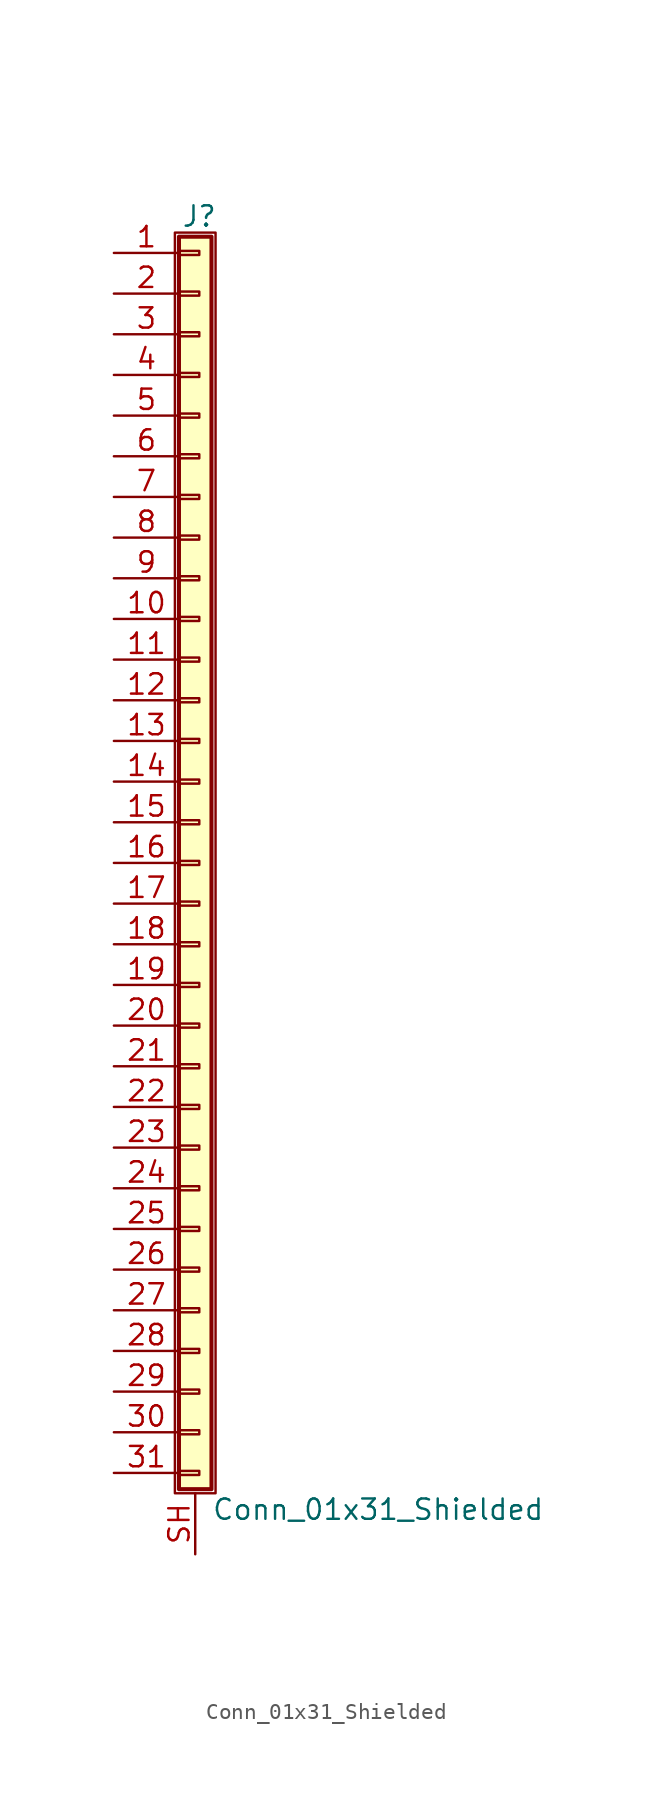
<source format=kicad_sym>
(kicad_symbol_lib
  (version 20201005)
  (generator kicad_symbol_editor)
  (symbol "Connector_Generic_Shielded:Conn_01x31_Shielded"
    (pin_names
      (offset 1.016) hide)
    (property "Reference" "J"
      (at 0.254 40.386 0)
      (effects (font (size 1.27 1.27))))
    (property "Value" "Conn_01x31_Shielded"
      (at 1.016 -40.386 0)
      (effects (font (size 1.27 1.27)) (justify left)))
    (symbol "Conn_01x31_Shielded_1_1"
      (rectangle (start -1.016 -27.813) (end 0.254 -28.067) (stroke (width 0.152)) (fill (type none)))
      (rectangle (start -1.016 -30.353) (end 0.254 -30.607) (stroke (width 0.152)) (fill (type none)))
      (rectangle (start -1.016 -32.893) (end 0.254 -33.147) (stroke (width 0.152)) (fill (type none)))
      (rectangle (start -1.016 -35.433) (end 0.254 -35.687) (stroke (width 0.152)) (fill (type none)))
      (rectangle (start -1.016 -37.973) (end 0.254 -38.227) (stroke (width 0.152)) (fill (type none)))
      (rectangle (start -1.016 -4.953) (end 0.254 -5.207) (stroke (width 0.152)) (fill (type none)))
      (rectangle (start -1.016 -7.493) (end 0.254 -7.747) (stroke (width 0.152)) (fill (type none)))
      (rectangle (start -1.016 -10.033) (end 0.254 -10.287) (stroke (width 0.152)) (fill (type none)))
      (rectangle (start -1.016 -12.573) (end 0.254 -12.827) (stroke (width 0.152)) (fill (type none)))
      (rectangle (start -1.016 -15.113) (end 0.254 -15.367) (stroke (width 0.152)) (fill (type none)))
      (rectangle (start -1.016 -17.653) (end 0.254 -17.907) (stroke (width 0.152)) (fill (type none)))
      (rectangle (start -1.016 -20.193) (end 0.254 -20.447) (stroke (width 0.152)) (fill (type none)))
      (rectangle (start -1.016 -22.733) (end 0.254 -22.987) (stroke (width 0.152)) (fill (type none)))
      (rectangle (start -1.016 -2.413) (end 0.254 -2.667) (stroke (width 0.152)) (fill (type none)))
      (rectangle (start -1.016 -25.273) (end 0.254 -25.527) (stroke (width 0.152)) (fill (type none)))
      (rectangle (start -1.016 25.527) (end 0.254 25.273) (stroke (width 0.152)) (fill (type none)))
      (rectangle (start -1.016 2.667) (end 0.254 2.413) (stroke (width 0.152)) (fill (type none)))
      (rectangle (start -1.016 28.067) (end 0.254 27.813) (stroke (width 0.152)) (fill (type none)))
      (rectangle (start -1.016 30.607) (end 0.254 30.353) (stroke (width 0.152)) (fill (type none)))
      (rectangle (start -1.016 33.147) (end 0.254 32.893) (stroke (width 0.152)) (fill (type none)))
      (rectangle (start -1.016 35.687) (end 0.254 35.433) (stroke (width 0.152)) (fill (type none)))
      (rectangle (start -1.016 38.227) (end 0.254 37.973) (stroke (width 0.152)) (fill (type none)))
      (rectangle (start -1.016 39.116) (end 1.016 -39.116) (stroke (width 0.254)) (fill (type background)))
      (rectangle (start -1.016 5.207) (end 0.254 4.953) (stroke (width 0.152)) (fill (type none)))
      (rectangle (start -1.016 7.747) (end 0.254 7.493) (stroke (width 0.152)) (fill (type none)))
      (rectangle (start -1.016 10.287) (end 0.254 10.033) (stroke (width 0.152)) (fill (type none)))
      (rectangle (start -1.016 0.127) (end 0.254 -0.127) (stroke (width 0.152)) (fill (type none)))
      (rectangle (start -1.016 12.827) (end 0.254 12.573) (stroke (width 0.152)) (fill (type none)))
      (rectangle (start -1.016 15.367) (end 0.254 15.113) (stroke (width 0.152)) (fill (type none)))
      (rectangle (start -1.016 17.907) (end 0.254 17.653) (stroke (width 0.152)) (fill (type none)))
      (rectangle (start -1.016 20.447) (end 0.254 20.193) (stroke (width 0.152)) (fill (type none)))
      (rectangle (start -1.016 22.987) (end 0.254 22.733) (stroke (width 0.152)) (fill (type none)))
      (rectangle (start -1.27 39.37) (end 1.27 -39.37) (stroke (width 0.152)) (fill (type none)))
      (pin passive line (at -5.08 38.1 0) (length 4.064) (name "Pin_1" (effects (font (size 1.27 1.27)))) (number "1" (effects (font (size 1.27 1.27)))))
      (pin passive line (at -5.08 15.24 0) (length 4.064) (name "Pin_10" (effects (font (size 1.27 1.27)))) (number "10" (effects (font (size 1.27 1.27)))))
      (pin passive line (at -5.08 12.7 0) (length 4.064) (name "Pin_11" (effects (font (size 1.27 1.27)))) (number "11" (effects (font (size 1.27 1.27)))))
      (pin passive line (at -5.08 10.16 0) (length 4.064) (name "Pin_12" (effects (font (size 1.27 1.27)))) (number "12" (effects (font (size 1.27 1.27)))))
      (pin passive line (at -5.08 7.62 0) (length 4.064) (name "Pin_13" (effects (font (size 1.27 1.27)))) (number "13" (effects (font (size 1.27 1.27)))))
      (pin passive line (at -5.08 5.08 0) (length 4.064) (name "Pin_14" (effects (font (size 1.27 1.27)))) (number "14" (effects (font (size 1.27 1.27)))))
      (pin passive line (at -5.08 2.54 0) (length 4.064) (name "Pin_15" (effects (font (size 1.27 1.27)))) (number "15" (effects (font (size 1.27 1.27)))))
      (pin passive line (at -5.08 0 0) (length 4.064) (name "Pin_16" (effects (font (size 1.27 1.27)))) (number "16" (effects (font (size 1.27 1.27)))))
      (pin passive line (at -5.08 -2.54 0) (length 4.064) (name "Pin_17" (effects (font (size 1.27 1.27)))) (number "17" (effects (font (size 1.27 1.27)))))
      (pin passive line (at -5.08 -5.08 0) (length 4.064) (name "Pin_18" (effects (font (size 1.27 1.27)))) (number "18" (effects (font (size 1.27 1.27)))))
      (pin passive line (at -5.08 -7.62 0) (length 4.064) (name "Pin_19" (effects (font (size 1.27 1.27)))) (number "19" (effects (font (size 1.27 1.27)))))
      (pin passive line (at -5.08 35.56 0) (length 4.064) (name "Pin_2" (effects (font (size 1.27 1.27)))) (number "2" (effects (font (size 1.27 1.27)))))
      (pin passive line (at -5.08 -10.16 0) (length 4.064) (name "Pin_20" (effects (font (size 1.27 1.27)))) (number "20" (effects (font (size 1.27 1.27)))))
      (pin passive line (at -5.08 -12.7 0) (length 4.064) (name "Pin_21" (effects (font (size 1.27 1.27)))) (number "21" (effects (font (size 1.27 1.27)))))
      (pin passive line (at -5.08 -15.24 0) (length 4.064) (name "Pin_22" (effects (font (size 1.27 1.27)))) (number "22" (effects (font (size 1.27 1.27)))))
      (pin passive line (at -5.08 -17.78 0) (length 4.064) (name "Pin_23" (effects (font (size 1.27 1.27)))) (number "23" (effects (font (size 1.27 1.27)))))
      (pin passive line (at -5.08 -20.32 0) (length 4.064) (name "Pin_24" (effects (font (size 1.27 1.27)))) (number "24" (effects (font (size 1.27 1.27)))))
      (pin passive line (at -5.08 -22.86 0) (length 4.064) (name "Pin_25" (effects (font (size 1.27 1.27)))) (number "25" (effects (font (size 1.27 1.27)))))
      (pin passive line (at -5.08 -25.4 0) (length 4.064) (name "Pin_26" (effects (font (size 1.27 1.27)))) (number "26" (effects (font (size 1.27 1.27)))))
      (pin passive line (at -5.08 -27.94 0) (length 4.064) (name "Pin_27" (effects (font (size 1.27 1.27)))) (number "27" (effects (font (size 1.27 1.27)))))
      (pin passive line (at -5.08 -30.48 0) (length 4.064) (name "Pin_28" (effects (font (size 1.27 1.27)))) (number "28" (effects (font (size 1.27 1.27)))))
      (pin passive line (at -5.08 -33.02 0) (length 4.064) (name "Pin_29" (effects (font (size 1.27 1.27)))) (number "29" (effects (font (size 1.27 1.27)))))
      (pin passive line (at -5.08 33.02 0) (length 4.064) (name "Pin_3" (effects (font (size 1.27 1.27)))) (number "3" (effects (font (size 1.27 1.27)))))
      (pin passive line (at -5.08 -35.56 0) (length 4.064) (name "Pin_30" (effects (font (size 1.27 1.27)))) (number "30" (effects (font (size 1.27 1.27)))))
      (pin passive line (at -5.08 -38.1 0) (length 4.064) (name "Pin_31" (effects (font (size 1.27 1.27)))) (number "31" (effects (font (size 1.27 1.27)))))
      (pin passive line (at -5.08 30.48 0) (length 4.064) (name "Pin_4" (effects (font (size 1.27 1.27)))) (number "4" (effects (font (size 1.27 1.27)))))
      (pin passive line (at -5.08 27.94 0) (length 4.064) (name "Pin_5" (effects (font (size 1.27 1.27)))) (number "5" (effects (font (size 1.27 1.27)))))
      (pin passive line (at -5.08 25.4 0) (length 4.064) (name "Pin_6" (effects (font (size 1.27 1.27)))) (number "6" (effects (font (size 1.27 1.27)))))
      (pin passive line (at -5.08 22.86 0) (length 4.064) (name "Pin_7" (effects (font (size 1.27 1.27)))) (number "7" (effects (font (size 1.27 1.27)))))
      (pin passive line (at -5.08 20.32 0) (length 4.064) (name "Pin_8" (effects (font (size 1.27 1.27)))) (number "8" (effects (font (size 1.27 1.27)))))
      (pin passive line (at -5.08 17.78 0) (length 4.064) (name "Pin_9" (effects (font (size 1.27 1.27)))) (number "9" (effects (font (size 1.27 1.27)))))
      (pin passive line (at 0 -43.18 90) (length 3.81) (name "Shield" (effects (font (size 1.27 1.27)))) (number "SH" (effects (font (size 1.27 1.27))))))))
</source>
